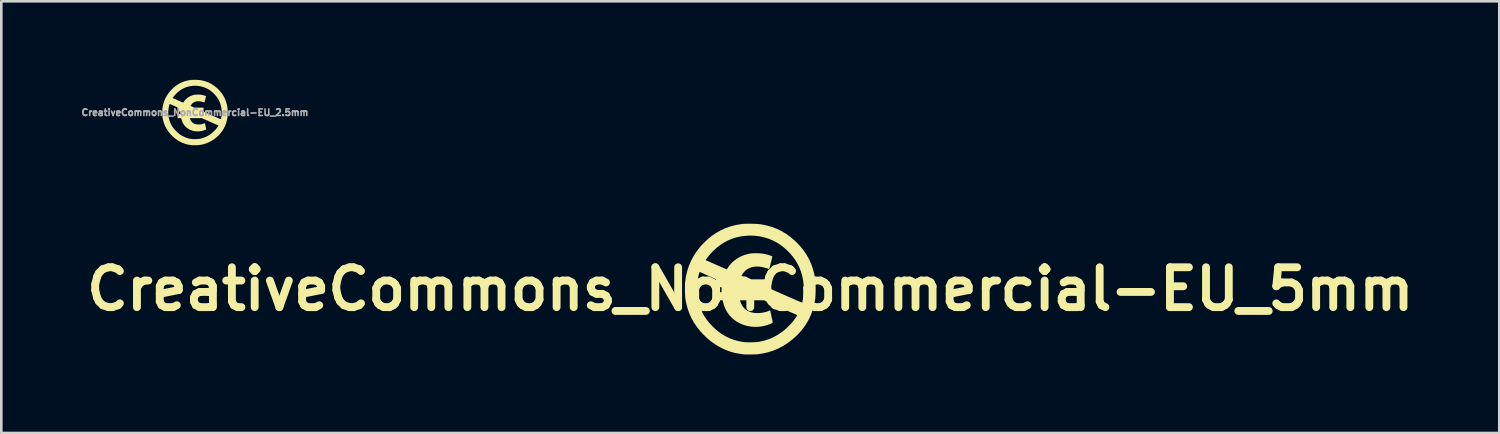
<source format=kicad_pcb>
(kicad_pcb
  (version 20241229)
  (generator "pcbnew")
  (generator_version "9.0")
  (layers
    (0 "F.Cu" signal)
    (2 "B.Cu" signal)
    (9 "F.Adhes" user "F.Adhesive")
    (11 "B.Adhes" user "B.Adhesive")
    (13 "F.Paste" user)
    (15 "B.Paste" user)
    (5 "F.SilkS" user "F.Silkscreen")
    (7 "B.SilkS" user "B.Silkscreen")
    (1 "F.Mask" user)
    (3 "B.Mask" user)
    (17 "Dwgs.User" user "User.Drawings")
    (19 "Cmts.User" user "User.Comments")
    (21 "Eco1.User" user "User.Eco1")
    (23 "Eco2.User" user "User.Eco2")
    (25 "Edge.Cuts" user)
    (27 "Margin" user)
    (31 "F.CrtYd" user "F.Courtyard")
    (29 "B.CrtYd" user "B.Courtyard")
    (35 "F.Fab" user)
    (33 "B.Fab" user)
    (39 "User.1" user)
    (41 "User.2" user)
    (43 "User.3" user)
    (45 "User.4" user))
  (footprint "CreativeCommons_NonCommercial-EU_5mm"
    (layer "F.Cu")
    (at 25.625 7.999)
    (property "Reference" "CreativeCommons_NonCommercial-EU_5mm" (at 0 0 0) (layer "F.SilkS") (effects (font (size 1.524 1.524) (thickness 0.3))))
    (attr board_only exclude_from_pos_files exclude_from_bom)
    (fp_poly (pts (xy 0.043 -2.498) (xy 0.134 -2.496) (xy 0.221 -2.492) (xy 0.301 -2.487) (xy 0.371 -2.48) (xy 0.418 -2.474) (xy 0.628 -2.432) (xy 0.828 -2.375) (xy 1.018 -2.302) (xy 1.199 -2.214) (xy 1.372 -2.111) (xy 1.538 -1.99) (xy 1.698 -1.853) (xy 1.773 -1.782) (xy 1.918 -1.627) (xy 2.046 -1.467) (xy 2.157 -1.3) (xy 2.253 -1.127) (xy 2.333 -0.946) (xy 2.398 -0.755) (xy 2.449 -0.553) (xy 2.479 -0.391) (xy 2.485 -0.34) (xy 2.49 -0.275) (xy 2.493 -0.198) (xy 2.496 -0.114) (xy 2.497 -0.025) (xy 2.496 0.065) (xy 2.495 0.152) (xy 2.492 0.233) (xy 2.488 0.305) (xy 2.483 0.364) (xy 2.48 0.389) (xy 2.439 0.601) (xy 2.384 0.802) (xy 2.313 0.994) (xy 2.227 1.177) (xy 2.125 1.351) (xy 2.007 1.517) (xy 1.873 1.674) (xy 1.767 1.782) (xy 1.602 1.93) (xy 1.43 2.061) (xy 1.251 2.175) (xy 1.066 2.272) (xy 0.874 2.352) (xy 0.675 2.415) (xy 0.47 2.462) (xy 0.305 2.486) (xy 0.264 2.49) (xy 0.21 2.493) (xy 0.147 2.495) (xy 0.078 2.497) (xy 0.007 2.499) (xy -0.063 2.499) (xy -0.128 2.499) (xy -0.184 2.498) (xy -0.228 2.496) (xy -0.25 2.494) (xy -0.379 2.477) (xy -0.495 2.457) (xy -0.602 2.435) (xy -0.704 2.408) (xy -0.791 2.381) (xy -0.98 2.308) (xy -1.163 2.219) (xy -1.341 2.113) (xy -1.511 1.992) (xy -1.674 1.854) (xy -1.828 1.701) (xy -1.907 1.614) (xy -2.038 1.449) (xy -2.153 1.28) (xy -2.251 1.104) (xy -2.333 0.922) (xy -2.399 0.73) (xy -2.451 0.53) (xy -2.478 0.386) (xy -2.484 0.339) (xy -2.489 0.276) (xy -2.493 0.204) (xy -2.496 0.124) (xy -2.498 0.041) (xy -2.498 0.033) (xy -2.044 0.033) (xy -2.032 0.217) (xy -2.005 0.398) (xy -1.961 0.574) (xy -1.902 0.745) (xy -1.827 0.909) (xy -1.755 1.036) (xy -1.658 1.178) (xy -1.546 1.315) (xy -1.422 1.446) (xy -1.29 1.567) (xy -1.153 1.674) (xy -1.101 1.709) (xy -0.946 1.803) (xy -0.78 1.882) (xy -0.608 1.946) (xy -0.431 1.993) (xy -0.272 2.022) (xy -0.204 2.028) (xy -0.124 2.032) (xy -0.036 2.034) (xy 0.056 2.033) (xy 0.147 2.03) (xy 0.232 2.024) (xy 0.307 2.016) (xy 0.35 2.01) (xy 0.535 1.969) (xy 0.712 1.913) (xy 0.881 1.84) (xy 1.043 1.751) (xy 1.201 1.645) (xy 1.281 1.583) (xy 1.335 1.538) (xy 1.394 1.484) (xy 1.455 1.426) (xy 1.514 1.366) (xy 1.568 1.309) (xy 1.612 1.259) (xy 1.62 1.25) (xy 1.643 1.22) (xy 1.67 1.183) (xy 1.699 1.143) (xy 1.726 1.103) (xy 1.752 1.065) (xy 1.772 1.033) (xy 1.786 1.01) (xy 1.791 0.999) (xy 1.783 0.989) (xy 1.77 0.983) (xy 1.759 0.978) (xy 1.733 0.966) (xy 1.693 0.949) (xy 1.642 0.926) (xy 1.58 0.899) (xy 1.51 0.868) (xy 1.434 0.835) (xy 1.353 0.799) (xy 1.268 0.761) (xy 1.181 0.723) (xy 1.095 0.684) (xy 1.01 0.647) (xy 0.928 0.611) (xy 0.851 0.577) (xy 0.781 0.545) (xy 0.719 0.518) (xy 0.666 0.495) (xy 0.626 0.476) (xy 0.606 0.467) (xy 0.517 0.427) (xy -0.391 0.427) (xy -0.385 0.452) (xy -0.36 0.533) (xy -0.321 0.612) (xy -0.273 0.685) (xy -0.218 0.747) (xy -0.193 0.769) (xy -0.114 0.824) (xy -0.028 0.866) (xy 0.066 0.895) (xy 0.172 0.912) (xy 0.233 0.916) (xy 0.332 0.915) (xy 0.433 0.906) (xy 0.532 0.889) (xy 0.623 0.865) (xy 0.702 0.835) (xy 0.721 0.826) (xy 0.743 0.815) (xy 0.757 0.811) (xy 0.758 0.811) (xy 0.761 0.82) (xy 0.766 0.845) (xy 0.775 0.882) (xy 0.785 0.931) (xy 0.798 0.987) (xy 0.808 1.036) (xy 0.821 1.098) (xy 0.834 1.155) (xy 0.844 1.203) (xy 0.852 1.241) (xy 0.858 1.265) (xy 0.86 1.274) (xy 0.854 1.285) (xy 0.833 1.3) (xy 0.8 1.317) (xy 0.756 1.336) (xy 0.704 1.355) (xy 0.647 1.374) (xy 0.587 1.392) (xy 0.526 1.407) (xy 0.474 1.418) (xy 0.32 1.44) (xy 0.167 1.444) (xy 0.016 1.433) (xy -0.131 1.405) (xy -0.273 1.363) (xy -0.408 1.305) (xy -0.534 1.233) (xy -0.651 1.147) (xy -0.702 1.101) (xy -0.796 1.001) (xy -0.878 0.888) (xy -0.947 0.765) (xy -1.001 0.635) (xy -1.04 0.499) (xy -1.041 0.498) (xy -1.056 0.427) (xy -1.327 0.427) (xy -1.327 0.118) (xy -1.1 0.118) (xy -1.1 0.037) (xy -1.099 -0.001) (xy -1.098 -0.033) (xy -1.096 -0.054) (xy -1.094 -0.058) (xy -1.094 -0.064) (xy -1.1 -0.068) (xy -1.115 -0.071) (xy -1.141 -0.072) (xy -1.182 -0.073) (xy -1.208 -0.073) (xy -1.327 -0.073) (xy -1.327 -0.223) (xy -1.327 -0.278) (xy -1.326 -0.318) (xy -1.325 -0.345) (xy -1.323 -0.362) (xy -1.319 -0.37) (xy -1.314 -0.373) (xy -1.311 -0.373) (xy -1.316 -0.377) (xy -1.335 -0.387) (xy -1.368 -0.402) (xy -1.412 -0.423) (xy -1.466 -0.448) (xy -1.529 -0.476) (xy -1.597 -0.507) (xy -1.613 -0.514) (xy -1.684 -0.545) (xy -1.749 -0.574) (xy -1.808 -0.6) (xy -1.857 -0.622) (xy -1.896 -0.638) (xy -1.922 -0.65) (xy -1.933 -0.654) (xy -1.933 -0.655) (xy -1.94 -0.646) (xy -1.949 -0.62) (xy -1.962 -0.578) (xy -1.978 -0.52) (xy -1.978 -0.518) (xy -2.017 -0.336) (xy -2.038 -0.152) (xy -2.044 0.033) (xy -2.498 0.033) (xy -2.499 -0.042) (xy -2.498 -0.121) (xy -2.496 -0.192) (xy -2.493 -0.251) (xy -2.491 -0.27) (xy -2.461 -0.479) (xy -2.414 -0.682) (xy -2.35 -0.879) (xy -2.269 -1.07) (xy -2.248 -1.109) (xy -1.71 -1.109) (xy -1.671 -1.092) (xy -1.654 -1.085) (xy -1.623 -1.071) (xy -1.579 -1.051) (xy -1.525 -1.027) (xy -1.461 -0.999) (xy -1.39 -0.968) (xy -1.315 -0.934) (xy -1.27 -0.915) (xy -1.194 -0.881) (xy -1.124 -0.85) (xy -1.06 -0.822) (xy -1.004 -0.798) (xy -0.959 -0.778) (xy -0.926 -0.764) (xy -0.907 -0.756) (xy -0.902 -0.755) (xy -0.895 -0.762) (xy -0.88 -0.782) (xy -0.861 -0.81) (xy -0.848 -0.83) (xy -0.794 -0.906) (xy -0.737 -0.974) (xy -0.671 -1.038) (xy -0.622 -1.081) (xy -0.501 -1.17) (xy -0.373 -1.243) (xy -0.237 -1.3) (xy -0.092 -1.342) (xy -0.000109 -1.36) (xy 0.056 -1.367) (xy 0.126 -1.37) (xy 0.204 -1.371) (xy 0.286 -1.37) (xy 0.367 -1.366) (xy 0.443 -1.359) (xy 0.509 -1.35) (xy 0.532 -1.346) (xy 0.571 -1.337) (xy 0.618 -1.325) (xy 0.668 -1.312) (xy 0.717 -1.297) (xy 0.763 -1.283) (xy 0.801 -1.27) (xy 0.827 -1.26) (xy 0.834 -1.256) (xy 0.837 -1.25) (xy 0.836 -1.235) (xy 0.833 -1.21) (xy 0.825 -1.173) (xy 0.814 -1.124) (xy 0.798 -1.059) (xy 0.785 -1.006) (xy 0.767 -0.933) (xy 0.753 -0.876) (xy 0.741 -0.833) (xy 0.732 -0.803) (xy 0.725 -0.783) (xy 0.719 -0.772) (xy 0.714 -0.768) (xy 0.71 -0.769) (xy 0.696 -0.774) (xy 0.668 -0.784) (xy 0.632 -0.796) (xy 0.603 -0.805) (xy 0.475 -0.84) (xy 0.351 -0.859) (xy 0.233 -0.863) (xy 0.122 -0.851) (xy 0.019 -0.825) (xy -0.075 -0.784) (xy -0.16 -0.728) (xy -0.19 -0.703) (xy -0.215 -0.679) (xy -0.242 -0.647) (xy -0.27 -0.613) (xy -0.295 -0.578) (xy -0.316 -0.547) (xy -0.33 -0.523) (xy -0.334 -0.508) (xy -0.334 -0.507) (xy -0.325 -0.501) (xy -0.303 -0.489) (xy -0.269 -0.472) (xy -0.227 -0.452) (xy -0.191 -0.436) (xy -0.05 -0.373) (xy 0.655 -0.373) (xy 0.653 -0.219) (xy 0.65 -0.064) (xy 1.314 0.23) (xy 1.434 0.283) (xy 1.545 0.332) (xy 1.645 0.375) (xy 1.734 0.414) (xy 1.81 0.446) (xy 1.874 0.473) (xy 1.924 0.493) (xy 1.959 0.507) (xy 1.979 0.514) (xy 1.983 0.514) (xy 1.987 0.501) (xy 1.994 0.475) (xy 2.001 0.441) (xy 2.003 0.431) (xy 2.02 0.325) (xy 2.032 0.208) (xy 2.039 0.085) (xy 2.041 -0.038) (xy 2.038 -0.156) (xy 2.029 -0.264) (xy 2.024 -0.301) (xy 1.988 -0.49) (xy 1.936 -0.67) (xy 1.869 -0.841) (xy 1.785 -1.006) (xy 1.721 -1.109) (xy 1.627 -1.238) (xy 1.52 -1.364) (xy 1.401 -1.485) (xy 1.275 -1.597) (xy 1.145 -1.696) (xy 1.036 -1.767) (xy 0.877 -1.853) (xy 0.71 -1.922) (xy 0.535 -1.977) (xy 0.356 -2.016) (xy 0.173 -2.039) (xy -0.012 -2.046) (xy -0.197 -2.036) (xy -0.38 -2.011) (xy -0.56 -1.969) (xy -0.655 -1.94) (xy -0.821 -1.874) (xy -0.983 -1.792) (xy -1.138 -1.693) (xy -1.286 -1.58) (xy -1.426 -1.452) (xy -1.556 -1.311) (xy -1.673 -1.161) (xy -1.71 -1.109) (xy -2.248 -1.109) (xy -2.171 -1.255) (xy -2.055 -1.434) (xy -1.923 -1.606) (xy -1.914 -1.616) (xy -1.86 -1.678) (xy -1.794 -1.746) (xy -1.722 -1.817) (xy -1.648 -1.886) (xy -1.574 -1.951) (xy -1.506 -2.007) (xy -1.477 -2.03) (xy -1.306 -2.147) (xy -1.129 -2.247) (xy -0.945 -2.331) (xy -0.754 -2.397) (xy -0.556 -2.448) (xy -0.35 -2.483) (xy -0.269 -2.492) (xy -0.206 -2.496) (xy -0.13 -2.499) (xy -0.046 -2.499)) (stroke (width 0) (type solid)) (fill yes) (layer "F.SilkS")))
  (footprint "CreativeCommons_NonCommercial-EU_2.5mm"
    (layer "F.Cu")
    (at 4.402 1.25)
    (property "Reference" "CreativeCommons_NonCommercial-EU_2.5mm" (at 0 0 0) (layer "F.Fab") (effects (font (size 0.25 0.25) (thickness 0.3))))
    (attr board_only exclude_from_pos_files exclude_from_bom)
    (fp_poly (pts (xy 0.022 -1.249) (xy 0.067 -1.248) (xy 0.111 -1.246) (xy 0.151 -1.243) (xy 0.186 -1.24) (xy 0.209 -1.237) (xy 0.314 -1.216) (xy 0.414 -1.187) (xy 0.509 -1.151) (xy 0.599 -1.107) (xy 0.686 -1.055) (xy 0.769 -0.995) (xy 0.849 -0.927) (xy 0.886 -0.891) (xy 0.959 -0.813) (xy 1.023 -0.733) (xy 1.079 -0.65) (xy 1.126 -0.564) (xy 1.166 -0.473) (xy 1.199 -0.377) (xy 1.225 -0.277) (xy 1.24 -0.195) (xy 1.243 -0.17) (xy 1.245 -0.137) (xy 1.247 -0.099) (xy 1.248 -0.057) (xy 1.248 -0.012) (xy 1.248 0.032) (xy 1.247 0.076) (xy 1.246 0.117) (xy 1.244 0.153) (xy 1.241 0.182) (xy 1.24 0.194) (xy 1.22 0.3) (xy 1.192 0.401) (xy 1.156 0.497) (xy 1.113 0.589) (xy 1.062 0.676) (xy 1.004 0.758) (xy 0.937 0.837) (xy 0.884 0.891) (xy 0.801 0.965) (xy 0.715 1.031) (xy 0.626 1.087) (xy 0.533 1.136) (xy 0.437 1.176) (xy 0.338 1.208) (xy 0.235 1.231) (xy 0.152 1.243) (xy 0.132 1.245) (xy 0.105 1.246) (xy 0.073 1.248) (xy 0.039 1.249) (xy 0.003 1.249) (xy -0.031 1.25) (xy -0.064 1.249) (xy -0.092 1.249) (xy -0.114 1.248) (xy -0.125 1.247) (xy -0.19 1.238) (xy -0.248 1.229) (xy -0.301 1.217) (xy -0.352 1.204) (xy -0.395 1.19) (xy -0.49 1.154) (xy -0.582 1.11) (xy -0.67 1.057) (xy -0.755 0.996) (xy -0.837 0.927) (xy -0.914 0.851) (xy -0.953 0.807) (xy -1.019 0.725) (xy -1.076 0.64) (xy -1.125 0.552) (xy -1.166 0.461) (xy -1.2 0.365) (xy -1.225 0.265) (xy -1.239 0.193) (xy -1.242 0.169) (xy -1.244 0.138) (xy -1.246 0.102) (xy -1.248 0.062) (xy -1.249 0.02) (xy -1.249 0.017) (xy -1.022 0.017) (xy -1.016 0.108) (xy -1.002 0.199) (xy -0.981 0.287) (xy -0.951 0.373) (xy -0.914 0.455) (xy -0.877 0.518) (xy -0.829 0.589) (xy -0.773 0.658) (xy -0.711 0.723) (xy -0.645 0.783) (xy -0.577 0.837) (xy -0.551 0.855) (xy -0.473 0.901) (xy -0.39 0.941) (xy -0.304 0.973) (xy -0.216 0.997) (xy -0.136 1.011) (xy -0.102 1.014) (xy -0.062 1.016) (xy -0.018 1.017) (xy 0.028 1.016) (xy 0.073 1.015) (xy 0.116 1.012) (xy 0.153 1.008) (xy 0.175 1.005) (xy 0.268 0.984) (xy 0.356 0.956) (xy 0.44 0.92) (xy 0.522 0.876) (xy 0.6 0.823) (xy 0.641 0.792) (xy 0.667 0.769) (xy 0.697 0.742) (xy 0.728 0.713) (xy 0.757 0.683) (xy 0.784 0.655) (xy 0.806 0.63) (xy 0.81 0.625) (xy 0.822 0.61) (xy 0.835 0.592) (xy 0.849 0.572) (xy 0.863 0.551) (xy 0.876 0.533) (xy 0.886 0.517) (xy 0.893 0.505) (xy 0.895 0.499) (xy 0.892 0.495) (xy 0.885 0.491) (xy 0.88 0.489) (xy 0.866 0.483) (xy 0.846 0.474) (xy 0.821 0.463) (xy 0.79 0.45) (xy 0.755 0.434) (xy 0.717 0.417) (xy 0.676 0.399) (xy 0.634 0.381) (xy 0.591 0.361) (xy 0.547 0.342) (xy 0.505 0.323) (xy 0.464 0.305) (xy 0.426 0.288) (xy 0.39 0.273) (xy 0.359 0.259) (xy 0.333 0.247) (xy 0.313 0.238) (xy 0.303 0.234) (xy 0.258 0.214) (xy -0.196 0.214) (xy -0.193 0.226) (xy -0.18 0.266) (xy -0.161 0.306) (xy -0.136 0.342) (xy -0.109 0.373) (xy -0.097 0.384) (xy -0.057 0.412) (xy -0.014 0.433) (xy 0.033 0.447) (xy 0.086 0.456) (xy 0.117 0.458) (xy 0.166 0.458) (xy 0.217 0.453) (xy 0.266 0.444) (xy 0.311 0.432) (xy 0.351 0.417) (xy 0.361 0.413) (xy 0.372 0.408) (xy 0.378 0.405) (xy 0.379 0.405) (xy 0.38 0.41) (xy 0.383 0.422) (xy 0.387 0.441) (xy 0.393 0.465) (xy 0.399 0.493) (xy 0.404 0.518) (xy 0.411 0.549) (xy 0.417 0.577) (xy 0.422 0.602) (xy 0.426 0.62) (xy 0.429 0.633) (xy 0.43 0.637) (xy 0.427 0.643) (xy 0.417 0.65) (xy 0.4 0.659) (xy 0.378 0.668) (xy 0.352 0.677) (xy 0.323 0.687) (xy 0.293 0.696) (xy 0.263 0.704) (xy 0.237 0.709) (xy 0.16 0.72) (xy 0.083 0.722) (xy 0.008 0.716) (xy -0.066 0.703) (xy -0.136 0.681) (xy -0.204 0.653) (xy -0.267 0.617) (xy -0.325 0.573) (xy -0.351 0.551) (xy -0.398 0.501) (xy -0.439 0.444) (xy -0.473 0.383) (xy -0.501 0.317) (xy -0.52 0.25) (xy -0.52 0.249) (xy -0.528 0.214) (xy -0.664 0.214) (xy -0.664 0.059) (xy -0.55 0.059) (xy -0.55 0.019) (xy -0.55 -0.000477) (xy -0.549 -0.017) (xy -0.548 -0.027) (xy -0.547 -0.029) (xy -0.547 -0.032) (xy -0.55 -0.034) (xy -0.557 -0.035) (xy -0.571 -0.036) (xy -0.591 -0.036) (xy -0.604 -0.036) (xy -0.664 -0.036) (xy -0.664 -0.111) (xy -0.664 -0.139) (xy -0.663 -0.159) (xy -0.663 -0.173) (xy -0.661 -0.181) (xy -0.66 -0.185) (xy -0.657 -0.186) (xy -0.656 -0.187) (xy -0.658 -0.188) (xy -0.668 -0.193) (xy -0.684 -0.201) (xy -0.706 -0.212) (xy -0.733 -0.224) (xy -0.764 -0.238) (xy -0.799 -0.254) (xy -0.806 -0.257) (xy -0.842 -0.273) (xy -0.875 -0.287) (xy -0.904 -0.3) (xy -0.929 -0.311) (xy -0.948 -0.319) (xy -0.961 -0.325) (xy -0.967 -0.327) (xy -0.967 -0.327) (xy -0.97 -0.323) (xy -0.975 -0.31) (xy -0.981 -0.289) (xy -0.989 -0.26) (xy -0.989 -0.259) (xy -1.008 -0.168) (xy -1.019 -0.076) (xy -1.022 0.017) (xy -1.249 0.017) (xy -1.249 -0.021) (xy -1.249 -0.06) (xy -1.248 -0.096) (xy -1.247 -0.125) (xy -1.246 -0.135) (xy -1.231 -0.24) (xy -1.207 -0.341) (xy -1.175 -0.44) (xy -1.135 -0.535) (xy -1.124 -0.554) (xy -0.855 -0.554) (xy -0.836 -0.546) (xy -0.827 -0.542) (xy -0.812 -0.535) (xy -0.79 -0.526) (xy -0.762 -0.514) (xy -0.73 -0.5) (xy -0.695 -0.484) (xy -0.657 -0.467) (xy -0.635 -0.457) (xy -0.597 -0.441) (xy -0.562 -0.425) (xy -0.53 -0.411) (xy -0.502 -0.399) (xy -0.479 -0.389) (xy -0.463 -0.382) (xy -0.453 -0.378) (xy -0.451 -0.377) (xy -0.447 -0.381) (xy -0.44 -0.391) (xy -0.43 -0.405) (xy -0.424 -0.415) (xy -0.397 -0.453) (xy -0.369 -0.487) (xy -0.336 -0.519) (xy -0.311 -0.541) (xy -0.25 -0.585) (xy -0.186 -0.622) (xy -0.119 -0.65) (xy -0.046 -0.671) (xy -0.000055 -0.68) (xy 0.028 -0.683) (xy 0.063 -0.685) (xy 0.102 -0.686) (xy 0.143 -0.685) (xy 0.184 -0.683) (xy 0.222 -0.68) (xy 0.254 -0.675) (xy 0.266 -0.673) (xy 0.286 -0.669) (xy 0.309 -0.663) (xy 0.334 -0.656) (xy 0.359 -0.648) (xy 0.382 -0.641) (xy 0.4 -0.635) (xy 0.413 -0.63) (xy 0.417 -0.628) (xy 0.418 -0.625) (xy 0.418 -0.617) (xy 0.416 -0.605) (xy 0.413 -0.587) (xy 0.407 -0.562) (xy 0.399 -0.529) (xy 0.393 -0.503) (xy 0.384 -0.466) (xy 0.376 -0.438) (xy 0.371 -0.417) (xy 0.366 -0.402) (xy 0.362 -0.392) (xy 0.359 -0.386) (xy 0.357 -0.384) (xy 0.355 -0.384) (xy 0.348 -0.387) (xy 0.334 -0.392) (xy 0.316 -0.398) (xy 0.301 -0.403) (xy 0.237 -0.42) (xy 0.176 -0.429) (xy 0.117 -0.431) (xy 0.061 -0.426) (xy 0.01 -0.413) (xy -0.038 -0.392) (xy -0.08 -0.364) (xy -0.095 -0.352) (xy -0.107 -0.339) (xy -0.121 -0.324) (xy -0.135 -0.306) (xy -0.148 -0.289) (xy -0.158 -0.274) (xy -0.165 -0.261) (xy -0.167 -0.254) (xy -0.167 -0.254) (xy -0.163 -0.25) (xy -0.151 -0.244) (xy -0.134 -0.236) (xy -0.113 -0.226) (xy -0.095 -0.218) (xy -0.025 -0.187) (xy 0.151 -0.186) (xy 0.328 -0.186) (xy 0.326 -0.109) (xy 0.325 -0.032) (xy 0.657 0.115) (xy 0.717 0.141) (xy 0.773 0.166) (xy 0.823 0.188) (xy 0.867 0.207) (xy 0.905 0.223) (xy 0.937 0.236) (xy 0.962 0.247) (xy 0.979 0.253) (xy 0.989 0.257) (xy 0.991 0.257) (xy 0.994 0.251) (xy 0.997 0.238) (xy 1 0.221) (xy 1.001 0.216) (xy 1.01 0.163) (xy 1.016 0.104) (xy 1.02 0.043) (xy 1.021 -0.019) (xy 1.019 -0.078) (xy 1.015 -0.132) (xy 1.012 -0.15) (xy 0.994 -0.245) (xy 0.968 -0.335) (xy 0.934 -0.421) (xy 0.892 -0.503) (xy 0.86 -0.555) (xy 0.814 -0.619) (xy 0.76 -0.682) (xy 0.701 -0.743) (xy 0.638 -0.798) (xy 0.573 -0.848) (xy 0.518 -0.884) (xy 0.439 -0.926) (xy 0.355 -0.961) (xy 0.268 -0.988) (xy 0.178 -1.008) (xy 0.087 -1.019) (xy -0.006 -1.023) (xy -0.098 -1.018) (xy -0.19 -1.005) (xy -0.28 -0.984) (xy -0.327 -0.97) (xy -0.411 -0.937) (xy -0.491 -0.896) (xy -0.569 -0.847) (xy -0.643 -0.79) (xy -0.713 -0.726) (xy -0.778 -0.656) (xy -0.836 -0.581) (xy -0.855 -0.554) (xy -1.124 -0.554) (xy -1.085 -0.627) (xy -1.028 -0.717) (xy -0.961 -0.803) (xy -0.957 -0.808) (xy -0.93 -0.839) (xy -0.897 -0.873) (xy -0.861 -0.908) (xy -0.824 -0.943) (xy -0.787 -0.976) (xy -0.753 -1.004) (xy -0.739 -1.015) (xy -0.653 -1.073) (xy -0.564 -1.124) (xy -0.473 -1.165) (xy -0.377 -1.199) (xy -0.278 -1.224) (xy -0.175 -1.241) (xy -0.134 -1.246) (xy -0.103 -1.248) (xy -0.065 -1.249) (xy -0.023 -1.25)) (stroke (width 0) (type solid)) (fill yes) (layer "F.SilkS")))
  (gr_rect
    (start -3 -3)
    (end 54.25 13.498)
    (stroke (width 0.1) (type default))
    (fill no)
    (layer "Edge.Cuts")))
</source>
